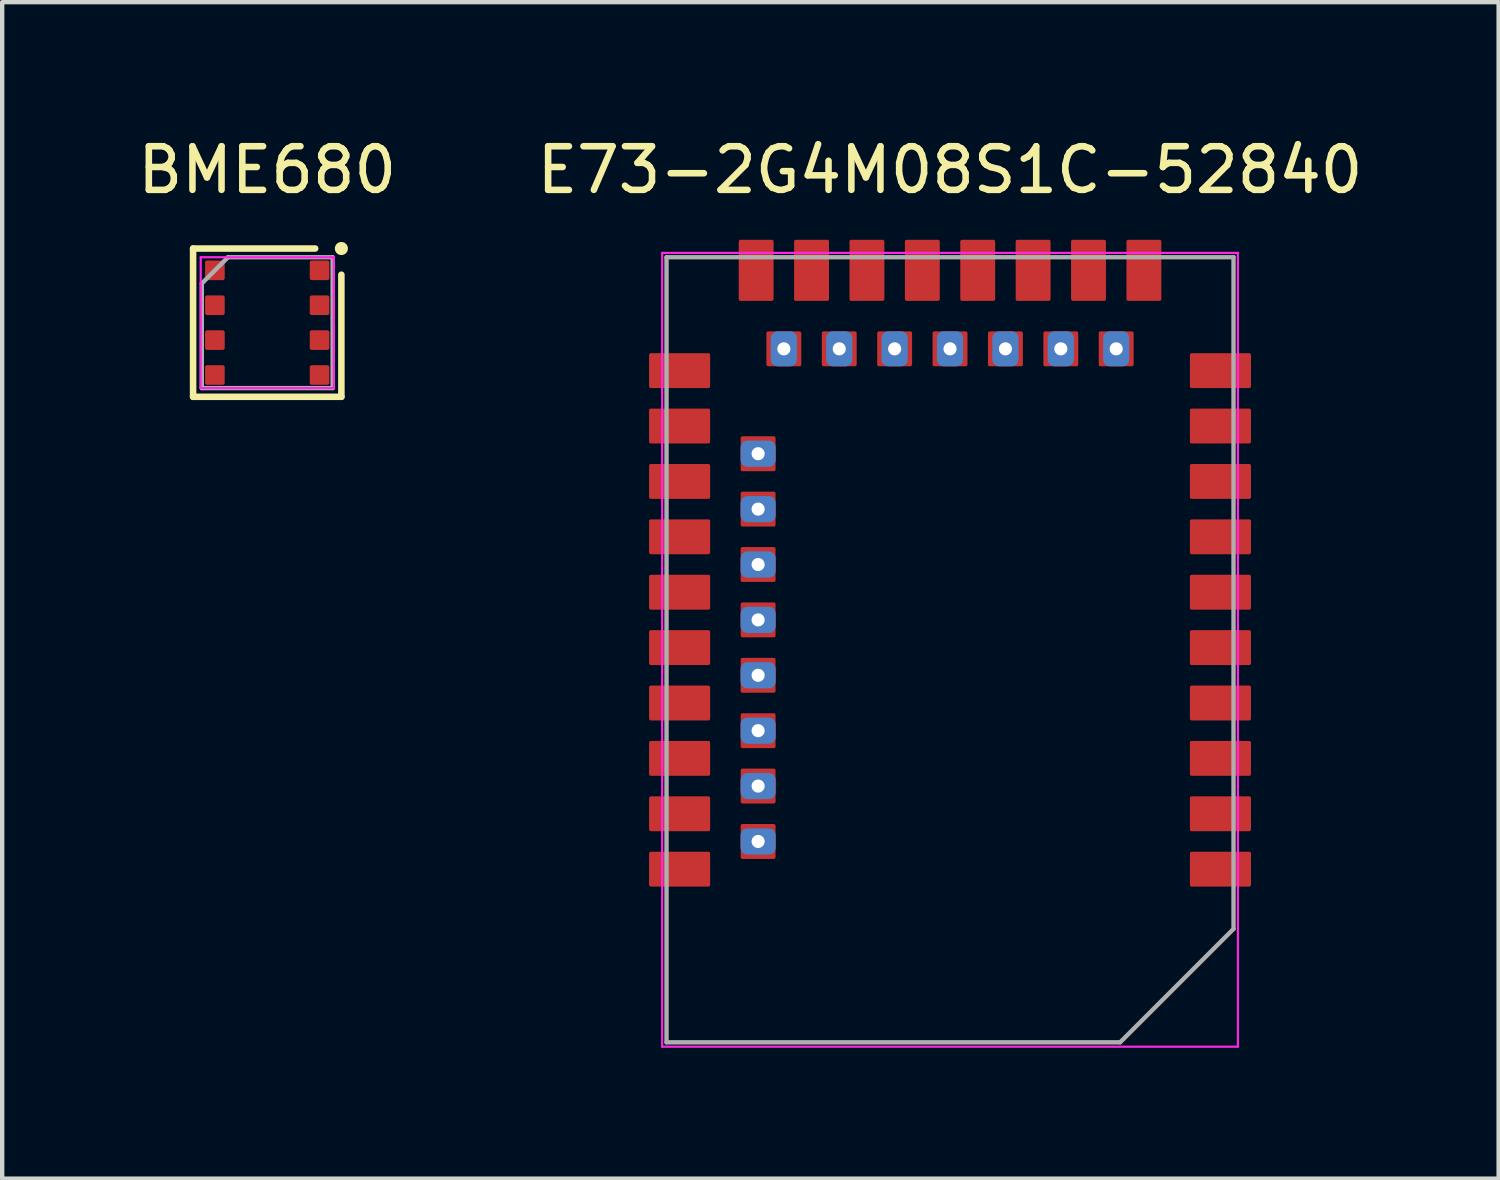
<source format=kicad_pcb>
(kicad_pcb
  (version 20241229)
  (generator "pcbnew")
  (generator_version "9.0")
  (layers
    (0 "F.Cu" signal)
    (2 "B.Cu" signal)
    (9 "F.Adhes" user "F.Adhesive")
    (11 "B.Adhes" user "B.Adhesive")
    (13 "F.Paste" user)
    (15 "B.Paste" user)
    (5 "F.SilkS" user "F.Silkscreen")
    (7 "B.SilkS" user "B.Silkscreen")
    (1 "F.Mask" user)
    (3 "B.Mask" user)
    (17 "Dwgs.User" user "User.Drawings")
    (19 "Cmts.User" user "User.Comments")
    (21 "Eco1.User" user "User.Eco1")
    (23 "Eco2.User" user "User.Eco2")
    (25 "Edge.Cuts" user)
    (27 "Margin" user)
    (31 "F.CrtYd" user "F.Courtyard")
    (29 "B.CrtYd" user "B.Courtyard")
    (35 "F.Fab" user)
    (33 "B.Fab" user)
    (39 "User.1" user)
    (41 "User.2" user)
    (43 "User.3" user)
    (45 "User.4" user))
  (footprint "E73-2G4M08S1C-52840"
    (layer "F.Cu")
    (at 18.732 11.163)
    (property "Reference" "E73-2G4M08S1C-52840" (at 0 -10.315 0) (layer "F.SilkS") (effects (font (size 1 1) (thickness 0.15))))
    (attr through_hole)
    (fp_line (start -6.6 -8.415) (end 6.6 -8.415) (stroke (width 0.05) (type solid)) (layer "F.CrtYd"))
    (fp_line (start -6.6 9.785) (end -6.6 -8.415) (stroke (width 0.05) (type solid)) (layer "F.CrtYd"))
    (fp_line (start 6.6 -8.415) (end 6.6 9.785) (stroke (width 0.05) (type solid)) (layer "F.CrtYd"))
    (fp_line (start 6.6 9.785) (end -6.6 9.785) (stroke (width 0.05) (type solid)) (layer "F.CrtYd"))
    (fp_line (start -6.5 -8.315) (end 6.5 -8.315) (stroke (width 0.1) (type solid)) (layer "F.Fab"))
    (fp_line (start -6.5 9.685) (end -6.5 -8.315) (stroke (width 0.1) (type solid)) (layer "F.Fab"))
    (fp_line (start 3.9 9.685) (end -6.5 9.685) (stroke (width 0.1) (type solid)) (layer "F.Fab"))
    (fp_line (start 6.5 -8.315) (end 6.5 7.085) (stroke (width 0.1) (type solid)) (layer "F.Fab"))
    (fp_line (start 6.5 7.085) (end 3.9 9.685) (stroke (width 0.1) (type solid)) (layer "F.Fab"))
    (pad "1" smd roundrect (at 6.2 5.715) (size 1.4 0.8) (layers "F.Cu" "F.Mask" "F.Paste") (roundrect_rratio 0.05))
    (pad "2" smd roundrect (at 6.2 4.445) (size 1.4 0.8) (layers "F.Cu" "F.Mask" "F.Paste") (roundrect_rratio 0.05))
    (pad "3" smd roundrect (at 6.2 3.175) (size 1.4 0.8) (layers "F.Cu" "F.Mask" "F.Paste") (roundrect_rratio 0.05))
    (pad "4" smd roundrect (at 6.2 1.905) (size 1.4 0.8) (layers "F.Cu" "F.Mask" "F.Paste") (roundrect_rratio 0.05))
    (pad "5" smd roundrect (at 6.2 0.635) (size 1.4 0.8) (layers "F.Cu" "F.Mask" "F.Paste") (roundrect_rratio 0.05))
    (pad "6" smd roundrect (at 6.2 -0.635) (size 1.4 0.8) (layers "F.Cu" "F.Mask" "F.Paste") (roundrect_rratio 0.05))
    (pad "7" smd roundrect (at 6.2 -1.905) (size 1.4 0.8) (layers "F.Cu" "F.Mask" "F.Paste") (roundrect_rratio 0.05))
    (pad "8" smd roundrect (at 6.2 -3.175) (size 1.4 0.8) (layers "F.Cu" "F.Mask" "F.Paste") (roundrect_rratio 0.05))
    (pad "9" smd roundrect (at 6.2 -4.445) (size 1.4 0.8) (layers "F.Cu" "F.Mask" "F.Paste") (roundrect_rratio 0.05))
    (pad "10" smd roundrect (at 6.2 -5.715) (size 1.4 0.8) (layers "F.Cu" "F.Mask" "F.Paste") (roundrect_rratio 0.05))
    (pad "11" smd roundrect (at 4.445 -8.015) (size 0.8 1.4) (layers "F.Cu" "F.Mask" "F.Paste") (roundrect_rratio 0.05))
    (pad "12" thru_hole roundrect (at 3.81 -6.215) (size 0.6 0.8) (drill 0.3) (layers "*.Cu" "*.Mask") (roundrect_rratio 0.25))
    (pad "12" smd roundrect (at 3.81 -6.215) (size 0.8 0.8) (layers "F.Cu" "F.Mask" "F.Paste") (roundrect_rratio 0.05))
    (pad "13" smd roundrect (at 3.175 -8.015) (size 0.8 1.4) (layers "F.Cu" "F.Mask" "F.Paste") (roundrect_rratio 0.05))
    (pad "14" thru_hole roundrect (at 2.54 -6.215) (size 0.6 0.8) (drill 0.3) (layers "*.Cu" "*.Mask") (roundrect_rratio 0.25))
    (pad "14" smd roundrect (at 2.54 -6.215) (size 0.8 0.8) (layers "F.Cu" "F.Mask" "F.Paste") (roundrect_rratio 0.05))
    (pad "15" smd roundrect (at 1.905 -8.015) (size 0.8 1.4) (layers "F.Cu" "F.Mask" "F.Paste") (roundrect_rratio 0.05))
    (pad "16" thru_hole roundrect (at 1.27 -6.215) (size 0.6 0.8) (drill 0.3) (layers "*.Cu" "*.Mask") (roundrect_rratio 0.25))
    (pad "16" smd roundrect (at 1.27 -6.215) (size 0.8 0.8) (layers "F.Cu" "F.Mask" "F.Paste") (roundrect_rratio 0.05))
    (pad "17" smd roundrect (at 0.635 -8.015) (size 0.8 1.4) (layers "F.Cu" "F.Mask" "F.Paste") (roundrect_rratio 0.05))
    (pad "18" thru_hole roundrect (at 0 -6.215) (size 0.6 0.8) (drill 0.3) (layers "*.Cu" "*.Mask") (roundrect_rratio 0.25))
    (pad "18" smd roundrect (at 0 -6.215) (size 0.8 0.8) (layers "F.Cu" "F.Mask" "F.Paste") (roundrect_rratio 0.05))
    (pad "19" smd roundrect (at -0.635 -8.015) (size 0.8 1.4) (layers "F.Cu" "F.Mask" "F.Paste") (roundrect_rratio 0.05))
    (pad "20" thru_hole roundrect (at -1.27 -6.215) (size 0.6 0.8) (drill 0.3) (layers "*.Cu" "*.Mask") (roundrect_rratio 0.25))
    (pad "20" smd roundrect (at -1.27 -6.215) (size 0.8 0.8) (layers "F.Cu" "F.Mask" "F.Paste") (roundrect_rratio 0.05))
    (pad "21" smd roundrect (at -1.905 -8.015) (size 0.8 1.4) (layers "F.Cu" "F.Mask" "F.Paste") (roundrect_rratio 0.05))
    (pad "22" thru_hole roundrect (at -2.54 -6.215) (size 0.6 0.8) (drill 0.3) (layers "*.Cu" "*.Mask") (roundrect_rratio 0.25))
    (pad "22" smd roundrect (at -2.54 -6.215) (size 0.8 0.8) (layers "F.Cu" "F.Mask" "F.Paste") (roundrect_rratio 0.05))
    (pad "23" smd roundrect (at -3.175 -8.015) (size 0.8 1.4) (layers "F.Cu" "F.Mask" "F.Paste") (roundrect_rratio 0.05))
    (pad "24" thru_hole roundrect (at -3.81 -6.215) (size 0.6 0.8) (drill 0.3) (layers "*.Cu" "*.Mask") (roundrect_rratio 0.25))
    (pad "24" smd roundrect (at -3.81 -6.215) (size 0.8 0.8) (layers "F.Cu" "F.Mask" "F.Paste") (roundrect_rratio 0.05))
    (pad "25" smd roundrect (at -4.445 -8.015) (size 0.8 1.4) (layers "F.Cu" "F.Mask" "F.Paste") (roundrect_rratio 0.05))
    (pad "26" smd roundrect (at -6.2 -5.715) (size 1.4 0.8) (layers "F.Cu" "F.Mask" "F.Paste") (roundrect_rratio 0.05))
    (pad "27" smd roundrect (at -6.2 -4.445) (size 1.4 0.8) (layers "F.Cu" "F.Mask" "F.Paste") (roundrect_rratio 0.05))
    (pad "28" thru_hole roundrect (at -4.4 -3.81) (size 0.8 0.6) (drill 0.3) (layers "*.Cu" "*.Mask") (roundrect_rratio 0.25))
    (pad "28" smd roundrect (at -4.4 -3.81) (size 0.8 0.8) (layers "F.Cu" "F.Mask" "F.Paste") (roundrect_rratio 0.05))
    (pad "29" smd roundrect (at -6.2 -3.175) (size 1.4 0.8) (layers "F.Cu" "F.Mask" "F.Paste") (roundrect_rratio 0.05))
    (pad "30" thru_hole roundrect (at -4.4 -2.54) (size 0.8 0.6) (drill 0.3) (layers "*.Cu" "*.Mask") (roundrect_rratio 0.25))
    (pad "30" smd roundrect (at -4.4 -2.54) (size 0.8 0.8) (layers "F.Cu" "F.Mask" "F.Paste") (roundrect_rratio 0.05))
    (pad "31" smd roundrect (at -6.2 -1.905) (size 1.4 0.8) (layers "F.Cu" "F.Mask" "F.Paste") (roundrect_rratio 0.05))
    (pad "32" thru_hole roundrect (at -4.4 -1.27) (size 0.8 0.6) (drill 0.3) (layers "*.Cu" "*.Mask") (roundrect_rratio 0.25))
    (pad "32" smd roundrect (at -4.4 -1.27) (size 0.8 0.8) (layers "F.Cu" "F.Mask" "F.Paste") (roundrect_rratio 0.05))
    (pad "33" smd roundrect (at -6.2 -0.635) (size 1.4 0.8) (layers "F.Cu" "F.Mask" "F.Paste") (roundrect_rratio 0.05))
    (pad "34" thru_hole roundrect (at -4.4 0) (size 0.8 0.6) (drill 0.3) (layers "*.Cu" "*.Mask") (roundrect_rratio 0.25))
    (pad "34" smd roundrect (at -4.4 0) (size 0.8 0.8) (layers "F.Cu" "F.Mask" "F.Paste") (roundrect_rratio 0.05))
    (pad "35" smd roundrect (at -6.2 0.635) (size 1.4 0.8) (layers "F.Cu" "F.Mask" "F.Paste") (roundrect_rratio 0.05))
    (pad "36" thru_hole roundrect (at -4.4 1.27) (size 0.8 0.6) (drill 0.3) (layers "*.Cu" "*.Mask") (roundrect_rratio 0.25))
    (pad "36" smd roundrect (at -4.4 1.27) (size 0.8 0.8) (layers "F.Cu" "F.Mask" "F.Paste") (roundrect_rratio 0.05))
    (pad "37" smd roundrect (at -6.2 1.905) (size 1.4 0.8) (layers "F.Cu" "F.Mask" "F.Paste") (roundrect_rratio 0.05))
    (pad "38" thru_hole roundrect (at -4.4 2.54) (size 0.8 0.6) (drill 0.3) (layers "*.Cu" "*.Mask") (roundrect_rratio 0.25))
    (pad "38" smd roundrect (at -4.4 2.54) (size 0.8 0.8) (layers "F.Cu" "F.Mask" "F.Paste") (roundrect_rratio 0.05))
    (pad "39" smd roundrect (at -6.2 3.175) (size 1.4 0.8) (layers "F.Cu" "F.Mask" "F.Paste") (roundrect_rratio 0.05))
    (pad "40" thru_hole roundrect (at -4.4 3.81) (size 0.8 0.6) (drill 0.3) (layers "*.Cu" "*.Mask") (roundrect_rratio 0.25))
    (pad "40" smd roundrect (at -4.4 3.81) (size 0.8 0.8) (layers "F.Cu" "F.Mask" "F.Paste") (roundrect_rratio 0.05))
    (pad "41" smd roundrect (at -6.2 4.445) (size 1.4 0.8) (layers "F.Cu" "F.Mask" "F.Paste") (roundrect_rratio 0.05))
    (pad "42" thru_hole roundrect (at -4.4 5.08) (size 0.8 0.6) (drill 0.3) (layers "*.Cu" "*.Mask") (roundrect_rratio 0.25))
    (pad "42" smd roundrect (at -4.4 5.08) (size 0.8 0.8) (layers "F.Cu" "F.Mask" "F.Paste") (roundrect_rratio 0.05))
    (pad "43" smd roundrect (at -6.2 5.715) (size 1.4 0.8) (layers "F.Cu" "F.Mask" "F.Paste") (roundrect_rratio 0.05)))
  (footprint "BME680"
    (layer "F.Cu")
    (at 3.077 4.348)
    (property "Reference" "BME680" (at 0 -3.5 0) (layer "F.SilkS") (effects (font (size 1 1) (thickness 0.15))))
    (attr through_hole)
    (fp_line (start -1.7 -1.7) (end -1.7 1.7) (stroke (width 0.15) (type solid)) (layer "F.SilkS"))
    (fp_line (start -1.7 1.7) (end 1.7 1.7) (stroke (width 0.15) (type solid)) (layer "F.SilkS"))
    (fp_line (start 1.1 -1.7) (end -1.7 -1.7) (stroke (width 0.15) (type solid)) (layer "F.SilkS"))
    (fp_line (start 1.7 -1.7) (end 1.7 -1.7) (stroke (width 0.3) (type solid)) (layer "F.SilkS"))
    (fp_line (start 1.7 1.7) (end 1.7 -1.1) (stroke (width 0.15) (type solid)) (layer "F.SilkS"))
    (fp_line (start -1.525 -1.5) (end 1.525 -1.5) (stroke (width 0.05) (type solid)) (layer "F.CrtYd"))
    (fp_line (start -1.525 1.5) (end -1.525 -1.5) (stroke (width 0.05) (type solid)) (layer "F.CrtYd"))
    (fp_line (start 1.525 -1.5) (end 1.525 1.5) (stroke (width 0.05) (type solid)) (layer "F.CrtYd"))
    (fp_line (start 1.525 1.5) (end -1.525 1.5) (stroke (width 0.05) (type solid)) (layer "F.CrtYd"))
    (fp_line (start -1.5 -0.9) (end -0.9 -1.5) (stroke (width 0.1) (type solid)) (layer "F.Fab"))
    (fp_line (start -1.5 1.5) (end -1.5 -0.9) (stroke (width 0.1) (type solid)) (layer "F.Fab"))
    (fp_line (start -0.9 -1.5) (end 1.5 -1.5) (stroke (width 0.1) (type solid)) (layer "F.Fab"))
    (fp_line (start 1.5 -1.5) (end 1.5 1.5) (stroke (width 0.1) (type solid)) (layer "F.Fab"))
    (fp_line (start 1.5 1.5) (end -1.5 1.5) (stroke (width 0.1) (type solid)) (layer "F.Fab"))
    (pad "1" smd roundrect (at 1.2 -1.2) (size 0.45 0.45) (layers "F.Cu" "F.Mask" "F.Paste") (roundrect_rratio 0.1))
    (pad "2" smd roundrect (at 1.2 -0.4) (size 0.45 0.45) (layers "F.Cu" "F.Mask" "F.Paste") (roundrect_rratio 0.1))
    (pad "3" smd roundrect (at 1.2 0.4) (size 0.45 0.45) (layers "F.Cu" "F.Mask" "F.Paste") (roundrect_rratio 0.1))
    (pad "4" smd roundrect (at 1.2 1.2) (size 0.45 0.45) (layers "F.Cu" "F.Mask" "F.Paste") (roundrect_rratio 0.1))
    (pad "5" smd roundrect (at -1.2 1.2) (size 0.45 0.45) (layers "F.Cu" "F.Mask" "F.Paste") (roundrect_rratio 0.1))
    (pad "6" smd roundrect (at -1.2 0.4) (size 0.45 0.45) (layers "F.Cu" "F.Mask" "F.Paste") (roundrect_rratio 0.1))
    (pad "7" smd roundrect (at -1.2 -0.4) (size 0.45 0.45) (layers "F.Cu" "F.Mask" "F.Paste") (roundrect_rratio 0.1))
    (pad "8" smd roundrect (at -1.2 -1.2) (size 0.45 0.45) (layers "F.Cu" "F.Mask" "F.Paste") (roundrect_rratio 0.1)))
  (gr_rect
    (start -3 -3)
    (end 31.31 23.973)
    (stroke (width 0.1) (type default))
    (fill no)
    (layer "Edge.Cuts")))
</source>
